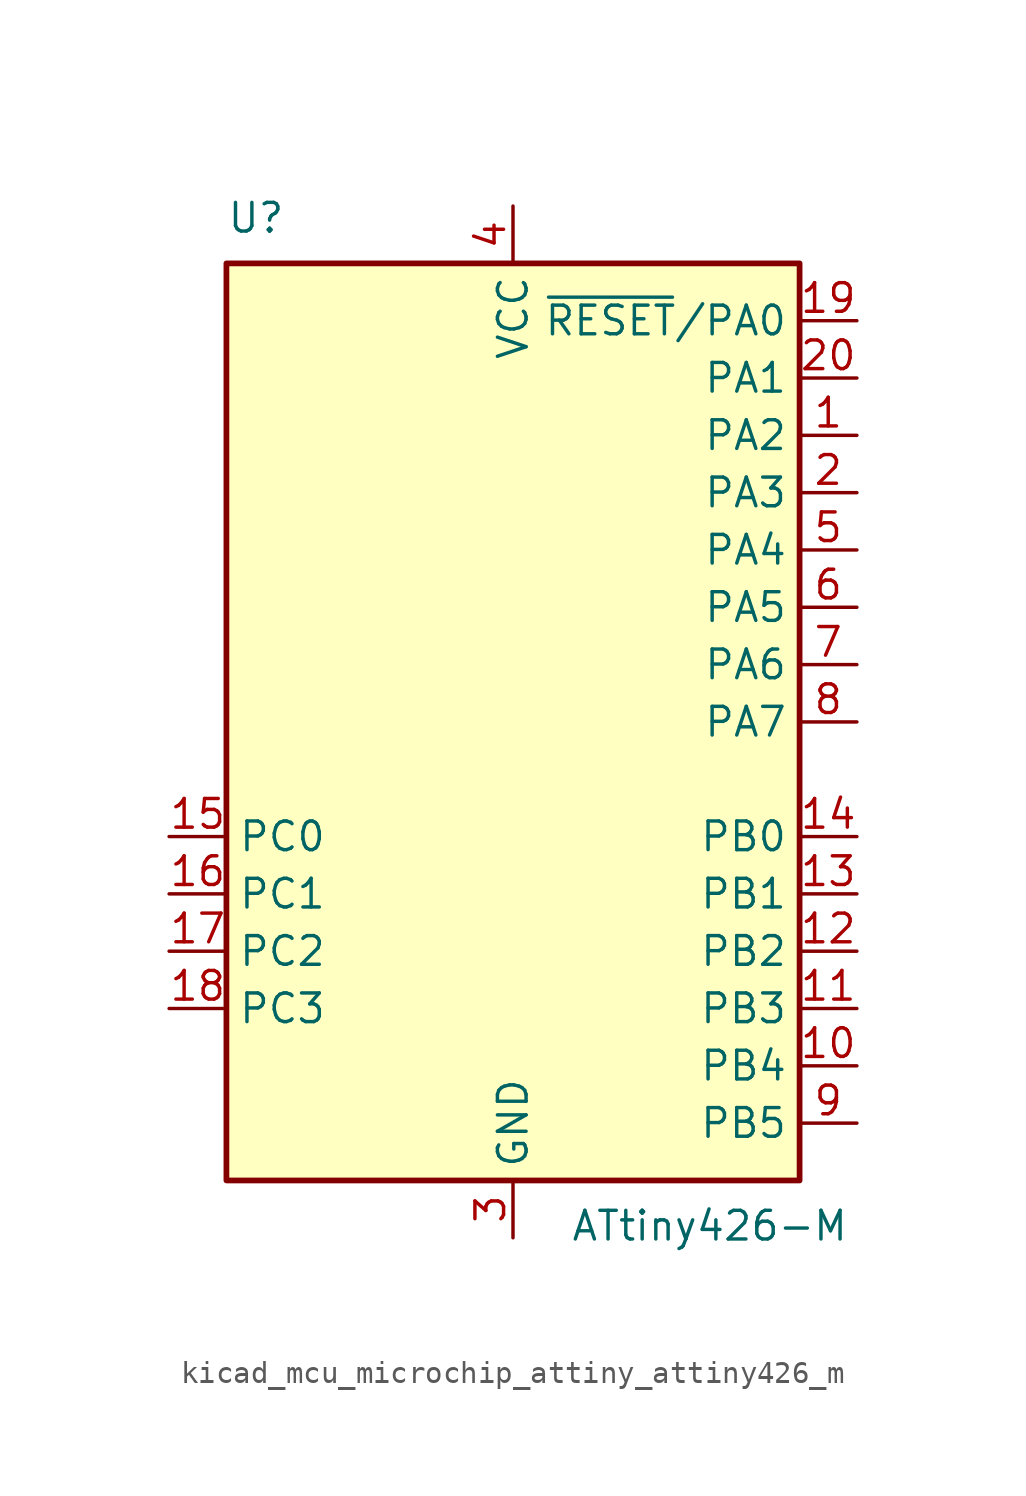
<source format=kicad_sym>
(kicad_symbol_lib
  (version 20220914)
  (generator kicad_symbol_editor)
  (symbol "kicad_mcu_microchip_attiny_attiny426_m"
    (property "Reference" "U"
      (at -12.7 21.59 0)
      (effects (font (size 1.27 1.27)) (justify left bottom)))
    (property "Value" "ATtiny426-M"
      (at 2.54 -21.59 0)
      (effects (font (size 1.27 1.27)) (justify left top)))
    (symbol "kicad_mcu_microchip_attiny_attiny426_m_0_1"
      (rectangle (start -12.7 -20.32) (end 12.7 20.32) (stroke (width 0.254) (type default)) (fill (type background))))
    (symbol "kicad_mcu_microchip_attiny_attiny426_m_1_1"
      (pin bidirectional line (at 15.24 12.7 180) (length 2.54) (name "PA2" (effects (font (size 1.27 1.27)))) (number "1" (effects (font (size 1.27 1.27)))))
      (pin bidirectional line (at 15.24 -15.24 180) (length 2.54) (name "PB4" (effects (font (size 1.27 1.27)))) (number "10" (effects (font (size 1.27 1.27)))))
      (pin bidirectional line (at 15.24 -12.7 180) (length 2.54) (name "PB3" (effects (font (size 1.27 1.27)))) (number "11" (effects (font (size 1.27 1.27)))))
      (pin bidirectional line (at 15.24 -10.16 180) (length 2.54) (name "PB2" (effects (font (size 1.27 1.27)))) (number "12" (effects (font (size 1.27 1.27)))))
      (pin bidirectional line (at 15.24 -7.62 180) (length 2.54) (name "PB1" (effects (font (size 1.27 1.27)))) (number "13" (effects (font (size 1.27 1.27)))))
      (pin bidirectional line (at 15.24 -5.08 180) (length 2.54) (name "PB0" (effects (font (size 1.27 1.27)))) (number "14" (effects (font (size 1.27 1.27)))))
      (pin bidirectional line (at -15.24 -5.08 0) (length 2.54) (name "PC0" (effects (font (size 1.27 1.27)))) (number "15" (effects (font (size 1.27 1.27)))))
      (pin bidirectional line (at -15.24 -7.62 0) (length 2.54) (name "PC1" (effects (font (size 1.27 1.27)))) (number "16" (effects (font (size 1.27 1.27)))))
      (pin bidirectional line (at -15.24 -10.16 0) (length 2.54) (name "PC2" (effects (font (size 1.27 1.27)))) (number "17" (effects (font (size 1.27 1.27)))))
      (pin bidirectional line (at -15.24 -12.7 0) (length 2.54) (name "PC3" (effects (font (size 1.27 1.27)))) (number "18" (effects (font (size 1.27 1.27)))))
      (pin bidirectional line (at 15.24 17.78 180) (length 2.54) (name "~{RESET}/PA0" (effects (font (size 1.27 1.27)))) (number "19" (effects (font (size 1.27 1.27)))))
      (pin bidirectional line (at 15.24 10.16 180) (length 2.54) (name "PA3" (effects (font (size 1.27 1.27)))) (number "2" (effects (font (size 1.27 1.27)))))
      (pin bidirectional line (at 15.24 15.24 180) (length 2.54) (name "PA1" (effects (font (size 1.27 1.27)))) (number "20" (effects (font (size 1.27 1.27)))))
      (pin passive line (at 0 -22.86 90) (length 2.54) hide (name "GND" (effects (font (size 1.27 1.27)))) (number "21" (effects (font (size 1.27 1.27)))))
      (pin power_in line (at 0 -22.86 90) (length 2.54) (name "GND" (effects (font (size 1.27 1.27)))) (number "3" (effects (font (size 1.27 1.27)))))
      (pin power_in line (at 0 22.86 270) (length 2.54) (name "VCC" (effects (font (size 1.27 1.27)))) (number "4" (effects (font (size 1.27 1.27)))))
      (pin bidirectional line (at 15.24 7.62 180) (length 2.54) (name "PA4" (effects (font (size 1.27 1.27)))) (number "5" (effects (font (size 1.27 1.27)))))
      (pin bidirectional line (at 15.24 5.08 180) (length 2.54) (name "PA5" (effects (font (size 1.27 1.27)))) (number "6" (effects (font (size 1.27 1.27)))))
      (pin bidirectional line (at 15.24 2.54 180) (length 2.54) (name "PA6" (effects (font (size 1.27 1.27)))) (number "7" (effects (font (size 1.27 1.27)))))
      (pin bidirectional line (at 15.24 0 180) (length 2.54) (name "PA7" (effects (font (size 1.27 1.27)))) (number "8" (effects (font (size 1.27 1.27)))))
      (pin bidirectional line (at 15.24 -17.78 180) (length 2.54) (name "PB5" (effects (font (size 1.27 1.27)))) (number "9" (effects (font (size 1.27 1.27))))))))
</source>
